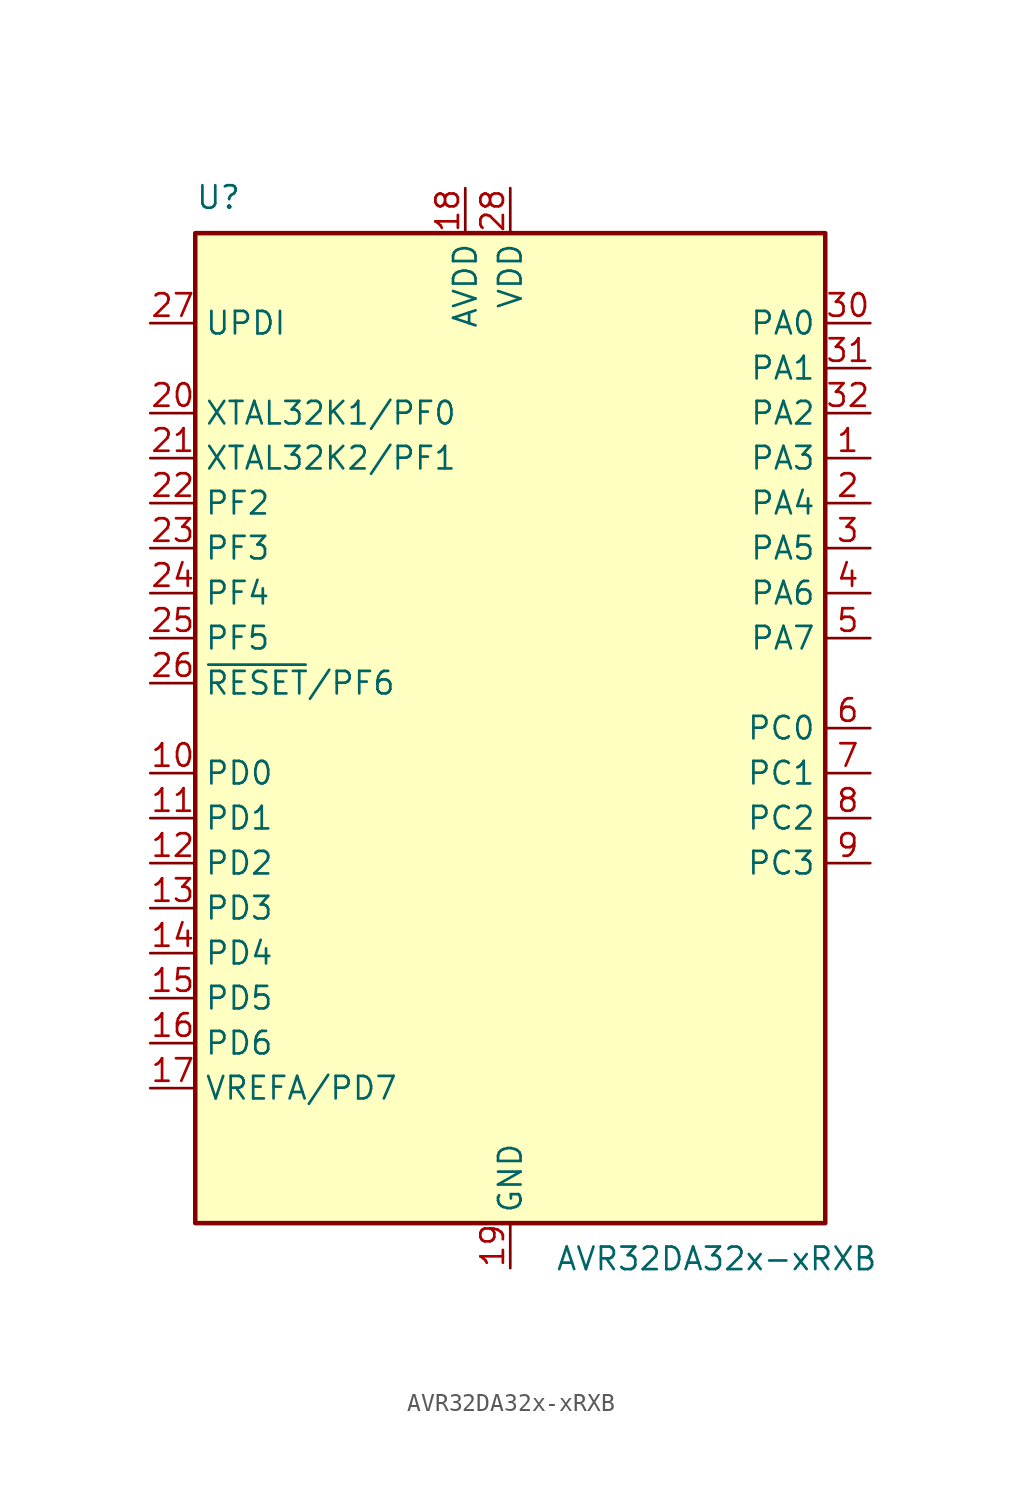
<source format=kicad_sym>
(kicad_symbol_lib
  (version 20211014)
  (generator kicad_symbol_editor)
  (symbol "AVR32DA32x-xRXB"
    (property "Reference" "U"
      (at -17.78 29.21 0)
      (effects (font (size 1.27 1.27)) (justify left bottom)))
    (property "Value" "AVR32DA32x-xRXB"
      (at 2.54 -29.21 0)
      (effects (font (size 1.27 1.27)) (justify left top)))
    (symbol "AVR32DA32x-xRXB_0_1"
      (rectangle (start -17.78 27.94) (end 17.78 -27.94) (stroke (width 0.254) (type default) (color 0 0 0 0)) (fill (type background))))
    (symbol "AVR32DA32x-xRXB_1_1"
      (pin bidirectional line (at 20.32 22.86 180) (length 2.54) (name "PA0" (effects (font (size 1.27 1.27)))) (number "30" (effects (font (size 1.27 1.27)))))
      (pin bidirectional line (at 20.32 20.32 180) (length 2.54) (name "PA1" (effects (font (size 1.27 1.27)))) (number "31" (effects (font (size 1.27 1.27)))))
      (pin bidirectional line (at 20.32 17.78 180) (length 2.54) (name "PA2" (effects (font (size 1.27 1.27)))) (number "32" (effects (font (size 1.27 1.27)))))
      (pin bidirectional line (at 20.32 15.24 180) (length 2.54) (name "PA3" (effects (font (size 1.27 1.27)))) (number "1" (effects (font (size 1.27 1.27)))))
      (pin bidirectional line (at 20.32 12.7 180) (length 2.54) (name "PA4" (effects (font (size 1.27 1.27)))) (number "2" (effects (font (size 1.27 1.27)))))
      (pin bidirectional line (at 20.32 10.16 180) (length 2.54) (name "PA5" (effects (font (size 1.27 1.27)))) (number "3" (effects (font (size 1.27 1.27)))))
      (pin bidirectional line (at 20.32 7.62 180) (length 2.54) (name "PA6" (effects (font (size 1.27 1.27)))) (number "4" (effects (font (size 1.27 1.27)))))
      (pin bidirectional line (at 20.32 5.08 180) (length 2.54) (name "PA7" (effects (font (size 1.27 1.27)))) (number "5" (effects (font (size 1.27 1.27)))))
      (pin bidirectional line (at 20.32 0 180) (length 2.54) (name "PC0" (effects (font (size 1.27 1.27)))) (number "6" (effects (font (size 1.27 1.27)))))
      (pin bidirectional line (at 20.32 -2.54 180) (length 2.54) (name "PC1" (effects (font (size 1.27 1.27)))) (number "7" (effects (font (size 1.27 1.27)))))
      (pin bidirectional line (at 20.32 -5.08 180) (length 2.54) (name "PC2" (effects (font (size 1.27 1.27)))) (number "8" (effects (font (size 1.27 1.27)))))
      (pin bidirectional line (at 20.32 -7.62 180) (length 2.54) (name "PC3" (effects (font (size 1.27 1.27)))) (number "9" (effects (font (size 1.27 1.27)))))
      (pin input line (at -20.32 22.86 0) (length 2.54) (name "UPDI" (effects (font (size 1.27 1.27)))) (number "27" (effects (font (size 1.27 1.27)))))
      (pin bidirectional line (at -20.32 17.78 0) (length 2.54) (name "XTAL32K1/PF0" (effects (font (size 1.27 1.27)))) (number "20" (effects (font (size 1.27 1.27)))))
      (pin bidirectional line (at -20.32 15.24 0) (length 2.54) (name "XTAL32K2/PF1" (effects (font (size 1.27 1.27)))) (number "21" (effects (font (size 1.27 1.27)))))
      (pin bidirectional line (at -20.32 12.7 0) (length 2.54) (name "PF2" (effects (font (size 1.27 1.27)))) (number "22" (effects (font (size 1.27 1.27)))))
      (pin bidirectional line (at -20.32 10.16 0) (length 2.54) (name "PF3" (effects (font (size 1.27 1.27)))) (number "23" (effects (font (size 1.27 1.27)))))
      (pin bidirectional line (at -20.32 7.62 0) (length 2.54) (name "PF4" (effects (font (size 1.27 1.27)))) (number "24" (effects (font (size 1.27 1.27)))))
      (pin bidirectional line (at -20.32 5.08 0) (length 2.54) (name "PF5" (effects (font (size 1.27 1.27)))) (number "25" (effects (font (size 1.27 1.27)))))
      (pin bidirectional line (at -20.32 2.54 0) (length 2.54) (name "~{RESET}/PF6" (effects (font (size 1.27 1.27)))) (number "26" (effects (font (size 1.27 1.27)))))
      (pin bidirectional line (at -20.32 -2.54 0) (length 2.54) (name "PD0" (effects (font (size 1.27 1.27)))) (number "10" (effects (font (size 1.27 1.27)))))
      (pin bidirectional line (at -20.32 -5.08 0) (length 2.54) (name "PD1" (effects (font (size 1.27 1.27)))) (number "11" (effects (font (size 1.27 1.27)))))
      (pin bidirectional line (at -20.32 -7.62 0) (length 2.54) (name "PD2" (effects (font (size 1.27 1.27)))) (number "12" (effects (font (size 1.27 1.27)))))
      (pin bidirectional line (at -20.32 -10.16 0) (length 2.54) (name "PD3" (effects (font (size 1.27 1.27)))) (number "13" (effects (font (size 1.27 1.27)))))
      (pin bidirectional line (at -20.32 -12.7 0) (length 2.54) (name "PD4" (effects (font (size 1.27 1.27)))) (number "14" (effects (font (size 1.27 1.27)))))
      (pin bidirectional line (at -20.32 -15.24 0) (length 2.54) (name "PD5" (effects (font (size 1.27 1.27)))) (number "15" (effects (font (size 1.27 1.27)))))
      (pin bidirectional line (at -20.32 -17.78 0) (length 2.54) (name "PD6" (effects (font (size 1.27 1.27)))) (number "16" (effects (font (size 1.27 1.27)))))
      (pin bidirectional line (at -20.32 -20.32 0) (length 2.54) (name "VREFA/PD7" (effects (font (size 1.27 1.27)))) (number "17" (effects (font (size 1.27 1.27)))))
      (pin power_in line (at -2.54 30.48 270) (length 2.54) (name "AVDD" (effects (font (size 1.27 1.27)))) (number "18" (effects (font (size 1.27 1.27)))))
      (pin power_in line (at 0 30.48 270) (length 2.54) (name "VDD" (effects (font (size 1.27 1.27)))) (number "28" (effects (font (size 1.27 1.27)))))
      (pin power_in line (at 0 -30.48 90) (length 2.54) (name "GND" (effects (font (size 1.27 1.27)))) (number "19" (effects (font (size 1.27 1.27)))))
      (pin passive line (at 0 -30.48 90) (length 2.54) hide (name "GND" (effects (font (size 1.27 1.27)))) (number "29" (effects (font (size 1.27 1.27)))))
      (pin passive line (at 0 -30.48 90) (length 2.54) hide (name "GND" (effects (font (size 1.27 1.27)))) (number "33" (effects (font (size 1.27 1.27))))))))
</source>
